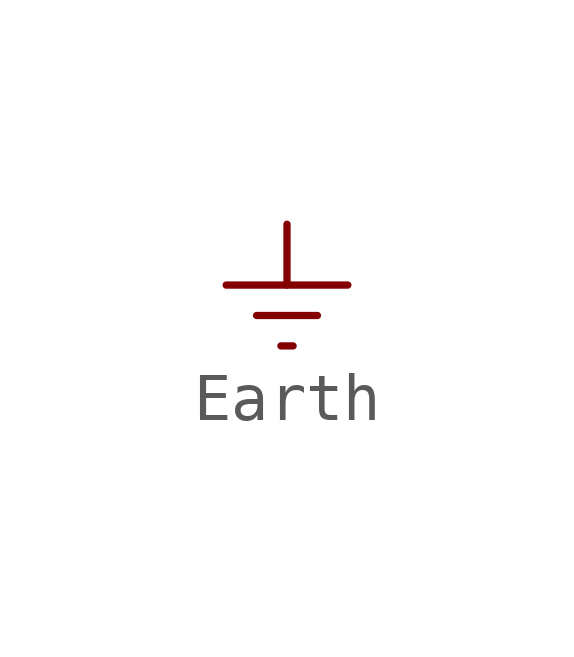
<source format=kicad_sym>
(kicad_symbol_lib
  (version 20211014)
  (generator kicad_symbol_editor)
  (symbol "Earth"
    (power)
    (pin_names
      (offset 0))
    (property "Reference" "#PWR"
      (at 0 -6.35 0)
      (effects (font (size 1.27 1.27)) hide))
    (property "Footprint" ""
      (at 0 0 0)
      (effects (font (size 1.524 1.524))))
    (property "Datasheet" ""
      (at 0 0 0)
      (effects (font (size 1.524 1.524))))
    (symbol "Earth_0_1"
      (polyline (pts (xy -0.635 -1.905) (xy 0.635 -1.905)) (stroke (width 0) (type default) (color 0 0 0 0)) (fill (type none)))
      (polyline (pts (xy -0.127 -2.54) (xy 0.127 -2.54)) (stroke (width 0) (type default) (color 0 0 0 0)) (fill (type none)))
      (polyline (pts (xy 0 -1.27) (xy 0 0)) (stroke (width 0) (type default) (color 0 0 0 0)) (fill (type none)))
      (polyline (pts (xy 1.27 -1.27) (xy -1.27 -1.27)) (stroke (width 0) (type default) (color 0 0 0 0)) (fill (type none))))
    (symbol "Earth_1_1"
      (pin power_in line (at 0 0 270) (length 0) hide (name "Earth" (effects (font (size 1.27 1.27)))) (number "1" (effects (font (size 1.27 1.27))))))))
</source>
